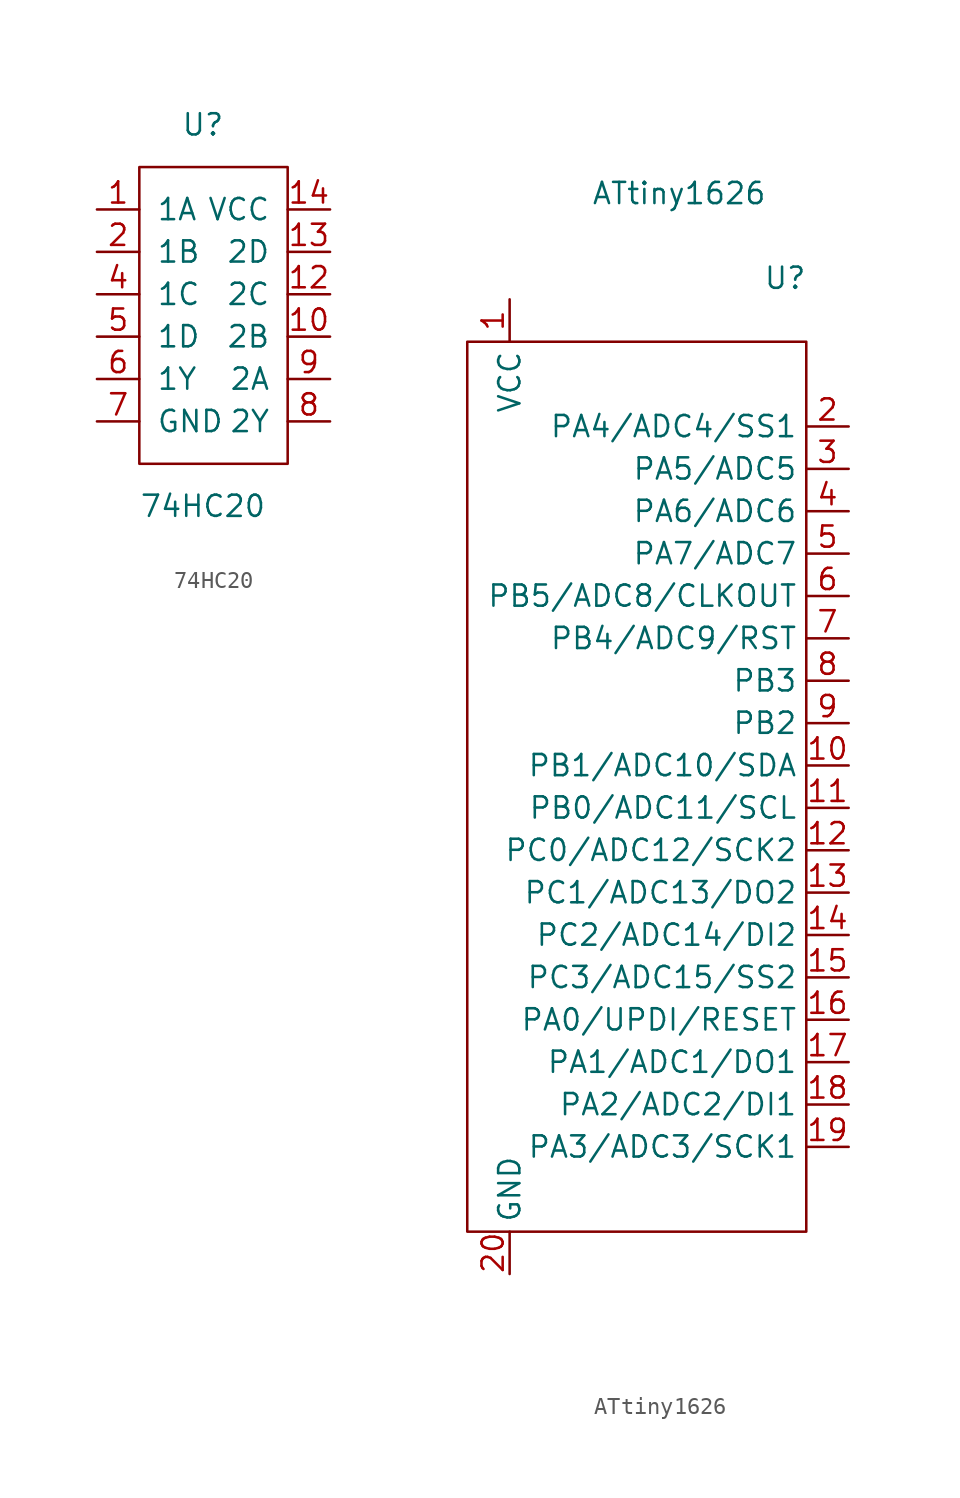
<source format=kicad_sym>
(kicad_symbol_lib
  (version 20211014)
  (generator kicad_symbol_editor)
  (symbol "74HC20"
    (pin_names
      (offset 1.016))
    (property "Reference" "U"
      (at 2.54 0 0)
      (effects (font (size 1.27 1.27))))
    (property "Value" "74HC20"
      (at 2.54 -22.86 0)
      (effects (font (size 1.27 1.27))))
    (symbol "74HC20_0_1"
      (rectangle (start -1.27 -2.54) (end 7.62 -20.32) (stroke (width 0) (type default) (color 0 0 0 0)) (fill (type none))))
    (symbol "74HC20_1_1"
      (pin input line (at -3.81 -5.08 0) (length 2.54) (name "1A" (effects (font (size 1.27 1.27)))) (number "1" (effects (font (size 1.27 1.27)))))
      (pin input line (at 10.16 -12.7 180) (length 2.54) (name "2B" (effects (font (size 1.27 1.27)))) (number "10" (effects (font (size 1.27 1.27)))))
      (pin input line (at 10.16 -10.16 180) (length 2.54) (name "2C" (effects (font (size 1.27 1.27)))) (number "12" (effects (font (size 1.27 1.27)))))
      (pin input line (at 10.16 -7.62 180) (length 2.54) (name "2D" (effects (font (size 1.27 1.27)))) (number "13" (effects (font (size 1.27 1.27)))))
      (pin power_in line (at 10.16 -5.08 180) (length 2.54) (name "VCC" (effects (font (size 1.27 1.27)))) (number "14" (effects (font (size 1.27 1.27)))))
      (pin input line (at -3.81 -7.62 0) (length 2.54) (name "1B" (effects (font (size 1.27 1.27)))) (number "2" (effects (font (size 1.27 1.27)))))
      (pin input line (at -3.81 -10.16 0) (length 2.54) (name "1C" (effects (font (size 1.27 1.27)))) (number "4" (effects (font (size 1.27 1.27)))))
      (pin input line (at -3.81 -12.7 0) (length 2.54) (name "1D" (effects (font (size 1.27 1.27)))) (number "5" (effects (font (size 1.27 1.27)))))
      (pin output line (at -3.81 -15.24 0) (length 2.54) (name "1Y" (effects (font (size 1.27 1.27)))) (number "6" (effects (font (size 1.27 1.27)))))
      (pin power_in line (at -3.81 -17.78 0) (length 2.54) (name "GND" (effects (font (size 1.27 1.27)))) (number "7" (effects (font (size 1.27 1.27)))))
      (pin output line (at 10.16 -17.78 180) (length 2.54) (name "2Y" (effects (font (size 1.27 1.27)))) (number "8" (effects (font (size 1.27 1.27)))))
      (pin input line (at 10.16 -15.24 180) (length 2.54) (name "2A" (effects (font (size 1.27 1.27)))) (number "9" (effects (font (size 1.27 1.27)))))))
  (symbol "ATtiny1626"
    (property "Reference" "U"
      (at 7.62 31.75 0)
      (effects (font (size 1.27 1.27))))
    (property "Value" "ATtiny1626"
      (at 1.27 36.83 0)
      (effects (font (size 1.27 1.27))))
    (symbol "ATtiny1626_0_0"
      (pin power_in line (at -8.89 30.48 270) (length 2.54) (name "VCC" (effects (font (size 1.27 1.27)))) (number "1" (effects (font (size 1.27 1.27)))))
      (pin input line (at 11.43 2.54 180) (length 2.54) (name "PB1/ADC10/SDA" (effects (font (size 1.27 1.27)))) (number "10" (effects (font (size 1.27 1.27)))))
      (pin input line (at 11.43 0 180) (length 2.54) (name "PB0/ADC11/SCL" (effects (font (size 1.27 1.27)))) (number "11" (effects (font (size 1.27 1.27)))))
      (pin input line (at 11.43 -2.54 180) (length 2.54) (name "PC0/ADC12/SCK2" (effects (font (size 1.27 1.27)))) (number "12" (effects (font (size 1.27 1.27)))))
      (pin input line (at 11.43 -5.08 180) (length 2.54) (name "PC1/ADC13/DO2" (effects (font (size 1.27 1.27)))) (number "13" (effects (font (size 1.27 1.27)))))
      (pin input line (at 11.43 -7.62 180) (length 2.54) (name "PC2/ADC14/DI2" (effects (font (size 1.27 1.27)))) (number "14" (effects (font (size 1.27 1.27)))))
      (pin input line (at 11.43 -10.16 180) (length 2.54) (name "PC3/ADC15/SS2" (effects (font (size 1.27 1.27)))) (number "15" (effects (font (size 1.27 1.27)))))
      (pin input line (at 11.43 -12.7 180) (length 2.54) (name "PA0/UPDI/RESET" (effects (font (size 1.27 1.27)))) (number "16" (effects (font (size 1.27 1.27)))))
      (pin input line (at 11.43 -15.24 180) (length 2.54) (name "PA1/ADC1/DO1" (effects (font (size 1.27 1.27)))) (number "17" (effects (font (size 1.27 1.27)))))
      (pin input line (at 11.43 -17.78 180) (length 2.54) (name "PA2/ADC2/DI1" (effects (font (size 1.27 1.27)))) (number "18" (effects (font (size 1.27 1.27)))))
      (pin input line (at 11.43 -20.32 180) (length 2.54) (name "PA3/ADC3/SCK1" (effects (font (size 1.27 1.27)))) (number "19" (effects (font (size 1.27 1.27)))))
      (pin input line (at 11.43 22.86 180) (length 2.54) (name "PA4/ADC4/SS1" (effects (font (size 1.27 1.27)))) (number "2" (effects (font (size 1.27 1.27)))))
      (pin power_in line (at -8.89 -27.94 90) (length 2.54) (name "GND" (effects (font (size 1.27 1.27)))) (number "20" (effects (font (size 1.27 1.27)))))
      (pin input line (at 11.43 20.32 180) (length 2.54) (name "PA5/ADC5" (effects (font (size 1.27 1.27)))) (number "3" (effects (font (size 1.27 1.27)))))
      (pin input line (at 11.43 17.78 180) (length 2.54) (name "PA6/ADC6" (effects (font (size 1.27 1.27)))) (number "4" (effects (font (size 1.27 1.27)))))
      (pin input line (at 11.43 15.24 180) (length 2.54) (name "PA7/ADC7" (effects (font (size 1.27 1.27)))) (number "5" (effects (font (size 1.27 1.27)))))
      (pin input line (at 11.43 12.7 180) (length 2.54) (name "PB5/ADC8/CLKOUT" (effects (font (size 1.27 1.27)))) (number "6" (effects (font (size 1.27 1.27)))))
      (pin input line (at 11.43 10.16 180) (length 2.54) (name "PB4/ADC9/RST" (effects (font (size 1.27 1.27)))) (number "7" (effects (font (size 1.27 1.27)))))
      (pin input line (at 11.43 7.62 180) (length 2.54) (name "PB3" (effects (font (size 1.27 1.27)))) (number "8" (effects (font (size 1.27 1.27)))))
      (pin input line (at 11.43 5.08 180) (length 2.54) (name "PB2" (effects (font (size 1.27 1.27)))) (number "9" (effects (font (size 1.27 1.27))))))
    (symbol "ATtiny1626_0_1"
      (rectangle (start -11.43 27.94) (end 8.89 -25.4) (stroke (width 0.152) (type default) (color 0 0 0 0)) (fill (type none))))))
</source>
